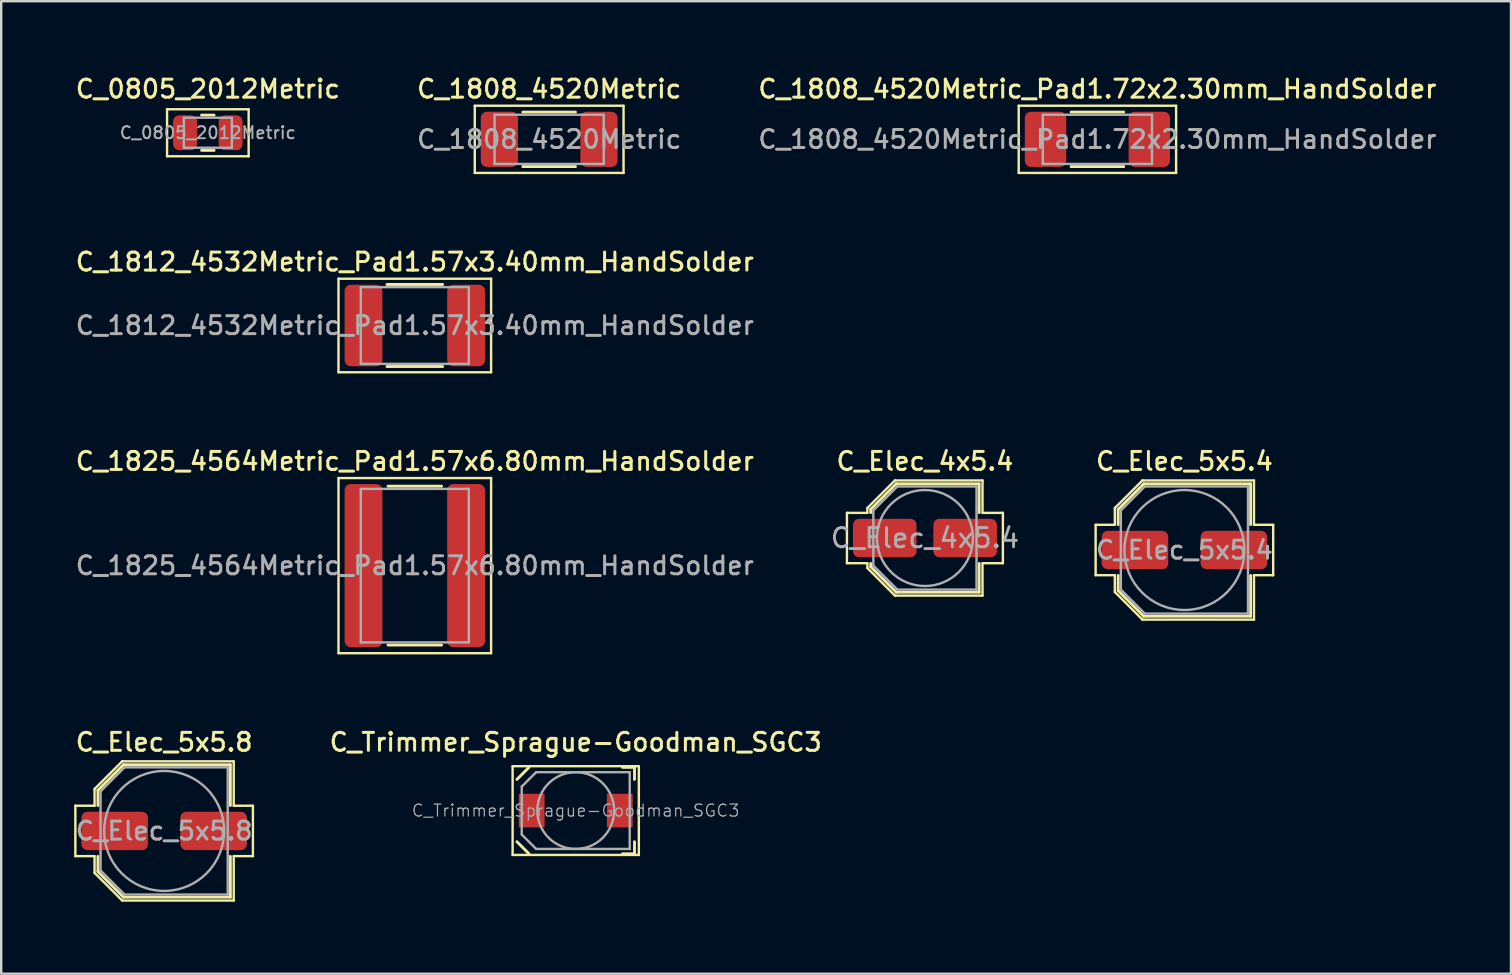
<source format=kicad_pcb>
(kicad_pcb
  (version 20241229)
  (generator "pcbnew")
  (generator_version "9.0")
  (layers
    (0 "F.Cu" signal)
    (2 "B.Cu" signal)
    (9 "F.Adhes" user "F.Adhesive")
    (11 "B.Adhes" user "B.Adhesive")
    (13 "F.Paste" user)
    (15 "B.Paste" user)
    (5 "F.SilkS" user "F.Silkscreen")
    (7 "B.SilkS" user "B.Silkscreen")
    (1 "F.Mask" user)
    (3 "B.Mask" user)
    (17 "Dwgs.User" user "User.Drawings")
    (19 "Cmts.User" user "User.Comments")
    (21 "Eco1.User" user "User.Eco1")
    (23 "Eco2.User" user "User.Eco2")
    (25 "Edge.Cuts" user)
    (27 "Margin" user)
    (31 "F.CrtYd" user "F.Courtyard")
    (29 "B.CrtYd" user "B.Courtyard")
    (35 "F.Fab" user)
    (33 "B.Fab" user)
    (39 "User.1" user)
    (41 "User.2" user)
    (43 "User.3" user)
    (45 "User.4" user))
  (footprint "C_Elec_4x5.4"
    (layer "F.Cu")
    (at 35.499 19.374)
    (property "Reference" "C_Elec_4x5.4" (at 0 -3.2 0) (layer "F.SilkS") (effects (font (size 0.75 0.75) (thickness 0.125))))
    (attr smd)
    (fp_line (start -3.25 -1.05) (end -3.25 1.05) (stroke (width 0.1) (type solid)) (layer "F.SilkS"))
    (fp_line (start -3.25 1.05) (end -2.4 1.05) (stroke (width 0.1) (type solid)) (layer "F.SilkS"))
    (fp_line (start -2.4 -1.25) (end -2.4 -1.05) (stroke (width 0.1) (type solid)) (layer "F.SilkS"))
    (fp_line (start -2.4 -1.25) (end -1.25 -2.4) (stroke (width 0.1) (type solid)) (layer "F.SilkS"))
    (fp_line (start -2.4 -1.05) (end -3.25 -1.05) (stroke (width 0.1) (type solid)) (layer "F.SilkS"))
    (fp_line (start -2.4 1.05) (end -2.4 1.25) (stroke (width 0.1) (type solid)) (layer "F.SilkS"))
    (fp_line (start -2.4 1.25) (end -1.25 2.4) (stroke (width 0.1) (type solid)) (layer "F.SilkS"))
    (fp_line (start -2.26 -1.196) (end -2.26 -1.06) (stroke (width 0.12) (type solid)) (layer "F.SilkS"))
    (fp_line (start -2.26 -1.196) (end -1.196 -2.26) (stroke (width 0.12) (type solid)) (layer "F.SilkS"))
    (fp_line (start -2.26 1.196) (end -2.26 1.06) (stroke (width 0.12) (type solid)) (layer "F.SilkS"))
    (fp_line (start -2.26 1.196) (end -1.196 2.26) (stroke (width 0.12) (type solid)) (layer "F.SilkS"))
    (fp_line (start -1.25 -2.4) (end 2.4 -2.4) (stroke (width 0.1) (type solid)) (layer "F.SilkS"))
    (fp_line (start -1.25 2.4) (end 2.4 2.4) (stroke (width 0.1) (type solid)) (layer "F.SilkS"))
    (fp_line (start -1.196 -2.26) (end 2.26 -2.26) (stroke (width 0.12) (type solid)) (layer "F.SilkS"))
    (fp_line (start -1.196 2.26) (end 2.26 2.26) (stroke (width 0.12) (type solid)) (layer "F.SilkS"))
    (fp_line (start 2.26 -2.26) (end 2.26 -1.06) (stroke (width 0.12) (type solid)) (layer "F.SilkS"))
    (fp_line (start 2.26 2.26) (end 2.26 1.06) (stroke (width 0.12) (type solid)) (layer "F.SilkS"))
    (fp_line (start 2.4 -2.4) (end 2.4 -1.05) (stroke (width 0.1) (type solid)) (layer "F.SilkS"))
    (fp_line (start 2.4 -1.05) (end 3.25 -1.05) (stroke (width 0.1) (type solid)) (layer "F.SilkS"))
    (fp_line (start 2.4 1.05) (end 2.4 2.4) (stroke (width 0.1) (type solid)) (layer "F.SilkS"))
    (fp_line (start 3.25 -1.05) (end 3.25 1.05) (stroke (width 0.1) (type solid)) (layer "F.SilkS"))
    (fp_line (start 3.25 1.05) (end 2.4 1.05) (stroke (width 0.1) (type solid)) (layer "F.SilkS"))
    (fp_line (start -2.15 -1.15) (end -2.15 1.15) (stroke (width 0.1) (type solid)) (layer "F.Fab"))
    (fp_line (start -2.15 -1.15) (end -1.15 -2.15) (stroke (width 0.1) (type solid)) (layer "F.Fab"))
    (fp_line (start -2.15 1.15) (end -1.15 2.15) (stroke (width 0.1) (type solid)) (layer "F.Fab"))
    (fp_line (start -1.15 -2.15) (end 2.15 -2.15) (stroke (width 0.1) (type solid)) (layer "F.Fab"))
    (fp_line (start -1.15 2.15) (end 2.15 2.15) (stroke (width 0.1) (type solid)) (layer "F.Fab"))
    (fp_line (start 2.15 -2.15) (end 2.15 2.15) (stroke (width 0.1) (type solid)) (layer "F.Fab"))
    (fp_circle (center 0 0) (end 2 0) (stroke (width 0.1) (type solid)) (fill no) (layer "F.Fab"))
    (fp_text user "${REFERENCE}" (at 0 0 0) (layer "F.Fab") (effects (font (size 0.8 0.8) (thickness 0.12))))
    (pad "1" smd roundrect (at -1.675 0) (size 2.65 1.6) (layers "F.Cu" "F.Mask" "F.Paste") (roundrect_rratio 0.156))
    (pad "2" smd roundrect (at 1.675 0) (size 2.65 1.6) (layers "F.Cu" "F.Mask" "F.Paste") (roundrect_rratio 0.156)))
  (footprint "C_Trimmer_Sprague-Goodman_SGC3"
    (layer "F.Cu")
    (at 20.945 30.733)
    (property "Reference" "C_Trimmer_Sprague-Goodman_SGC3" (at 0 -2.85 0) (layer "F.SilkS") (effects (font (size 0.75 0.75) (thickness 0.125))))
    (attr smd)
    (fp_line (start -2.63 -1.85) (end -2.63 1.85) (stroke (width 0.1) (type solid)) (layer "F.SilkS"))
    (fp_line (start -2.63 1.85) (end 2.63 1.85) (stroke (width 0.1) (type solid)) (layer "F.SilkS"))
    (fp_line (start -2.45 -1.3) (end -1.95 -1.8) (stroke (width 0.12) (type solid)) (layer "F.SilkS"))
    (fp_line (start -2.45 1.3) (end -1.95 1.8) (stroke (width 0.12) (type solid)) (layer "F.SilkS"))
    (fp_line (start 2.45 -1.8) (end 1.95 -1.8) (stroke (width 0.12) (type solid)) (layer "F.SilkS"))
    (fp_line (start 2.45 -1.8) (end 2.45 -1.3) (stroke (width 0.12) (type solid)) (layer "F.SilkS"))
    (fp_line (start 2.45 1.8) (end 1.95 1.8) (stroke (width 0.12) (type solid)) (layer "F.SilkS"))
    (fp_line (start 2.45 1.8) (end 2.45 1.3) (stroke (width 0.12) (type solid)) (layer "F.SilkS"))
    (fp_line (start 2.63 -1.85) (end -2.63 -1.85) (stroke (width 0.1) (type solid)) (layer "F.SilkS"))
    (fp_line (start 2.63 1.85) (end 2.63 -1.85) (stroke (width 0.1) (type solid)) (layer "F.SilkS"))
    (fp_line (start -2.25 -1) (end -1.95 -1.3) (stroke (width 0.1) (type solid)) (layer "F.Fab"))
    (fp_line (start -2.25 1) (end -2.25 -1) (stroke (width 0.1) (type solid)) (layer "F.Fab"))
    (fp_line (start -1.95 -1.3) (end -1.65 -1.6) (stroke (width 0.1) (type solid)) (layer "F.Fab"))
    (fp_line (start -1.95 1.3) (end -2.25 1) (stroke (width 0.1) (type solid)) (layer "F.Fab"))
    (fp_line (start -1.65 -1.6) (end 2.24 -1.6) (stroke (width 0.1) (type solid)) (layer "F.Fab"))
    (fp_line (start -1.65 1.6) (end -1.95 1.3) (stroke (width 0.1) (type solid)) (layer "F.Fab"))
    (fp_line (start 2.24 -1.6) (end 2.25 -1.6) (stroke (width 0.1) (type solid)) (layer "F.Fab"))
    (fp_line (start 2.24 1.6) (end -1.65 1.6) (stroke (width 0.1) (type solid)) (layer "F.Fab"))
    (fp_line (start 2.25 -1.6) (end 2.25 -1.59) (stroke (width 0.1) (type solid)) (layer "F.Fab"))
    (fp_line (start 2.25 -1.59) (end 2.25 1.59) (stroke (width 0.1) (type solid)) (layer "F.Fab"))
    (fp_line (start 2.25 1.59) (end 2.25 1.6) (stroke (width 0.1) (type solid)) (layer "F.Fab"))
    (fp_line (start 2.25 1.6) (end 2.24 1.6) (stroke (width 0.1) (type solid)) (layer "F.Fab"))
    (fp_circle (center 0 0) (end 1.6 0) (stroke (width 0.1) (type solid)) (fill no) (layer "F.Fab"))
    (fp_text user "${REFERENCE}" (at 0 0 0) (layer "F.Fab") (effects (font (size 0.5 0.5) (thickness 0.05))))
    (pad "1" smd rect (at -1.837 0) (size 1.075 1.4) (layers "F.Cu" "F.Mask" "F.Paste"))
    (pad "2" smd rect (at 1.837 0) (size 1.075 1.4) (layers "F.Cu" "F.Mask" "F.Paste")))
  (footprint "C_1812_4532Metric_Pad1.57x3.40mm_HandSolder"
    (layer "F.Cu")
    (at 14.238 10.516)
    (property "Reference" "C_1812_4532Metric_Pad1.57x3.40mm_HandSolder" (at 0 -2.65 0) (layer "F.SilkS") (effects (font (size 0.75 0.75) (thickness 0.125))))
    (attr smd)
    (fp_line (start -3.18 -1.95) (end 3.18 -1.95) (stroke (width 0.1) (type solid)) (layer "F.SilkS"))
    (fp_line (start -3.18 1.95) (end -3.18 -1.95) (stroke (width 0.1) (type solid)) (layer "F.SilkS"))
    (fp_line (start -1.161 -1.71) (end 1.161 -1.71) (stroke (width 0.12) (type solid)) (layer "F.SilkS"))
    (fp_line (start -1.161 1.71) (end 1.161 1.71) (stroke (width 0.12) (type solid)) (layer "F.SilkS"))
    (fp_line (start 3.18 -1.95) (end 3.18 1.95) (stroke (width 0.1) (type solid)) (layer "F.SilkS"))
    (fp_line (start 3.18 1.95) (end -3.18 1.95) (stroke (width 0.1) (type solid)) (layer "F.SilkS"))
    (fp_line (start -2.25 -1.6) (end 2.25 -1.6) (stroke (width 0.1) (type solid)) (layer "F.Fab"))
    (fp_line (start -2.25 1.6) (end -2.25 -1.6) (stroke (width 0.1) (type solid)) (layer "F.Fab"))
    (fp_line (start 2.25 -1.6) (end 2.25 1.6) (stroke (width 0.1) (type solid)) (layer "F.Fab"))
    (fp_line (start 2.25 1.6) (end -2.25 1.6) (stroke (width 0.1) (type solid)) (layer "F.Fab"))
    (fp_text user "${REFERENCE}" (at 0 0 0) (layer "F.Fab") (effects (font (size 0.75 0.75) (thickness 0.125))))
    (pad "1" smd roundrect (at -2.138 0) (size 1.575 3.4) (layers "F.Cu" "F.Mask" "F.Paste") (roundrect_rratio 0.159))
    (pad "2" smd roundrect (at 2.138 0) (size 1.575 3.4) (layers "F.Cu" "F.Mask" "F.Paste") (roundrect_rratio 0.159)))
  (footprint "C_1825_4564Metric_Pad1.57x6.80mm_HandSolder"
    (layer "F.Cu")
    (at 14.238 20.524)
    (property "Reference" "C_1825_4564Metric_Pad1.57x6.80mm_HandSolder" (at 0 -4.35 0) (layer "F.SilkS") (effects (font (size 0.75 0.75) (thickness 0.125))))
    (attr smd)
    (fp_line (start -3.18 -3.65) (end 3.18 -3.65) (stroke (width 0.1) (type solid)) (layer "F.SilkS"))
    (fp_line (start -3.18 3.65) (end -3.18 -3.65) (stroke (width 0.1) (type solid)) (layer "F.SilkS"))
    (fp_line (start -1.116 -3.31) (end 1.116 -3.31) (stroke (width 0.12) (type solid)) (layer "F.SilkS"))
    (fp_line (start -1.116 3.31) (end 1.116 3.31) (stroke (width 0.12) (type solid)) (layer "F.SilkS"))
    (fp_line (start 3.18 -3.65) (end 3.18 3.65) (stroke (width 0.1) (type solid)) (layer "F.SilkS"))
    (fp_line (start 3.18 3.65) (end -3.18 3.65) (stroke (width 0.1) (type solid)) (layer "F.SilkS"))
    (fp_line (start -2.25 -3.2) (end 2.25 -3.2) (stroke (width 0.1) (type solid)) (layer "F.Fab"))
    (fp_line (start -2.25 3.2) (end -2.25 -3.2) (stroke (width 0.1) (type solid)) (layer "F.Fab"))
    (fp_line (start 2.25 -3.2) (end 2.25 3.2) (stroke (width 0.1) (type solid)) (layer "F.Fab"))
    (fp_line (start 2.25 3.2) (end -2.25 3.2) (stroke (width 0.1) (type solid)) (layer "F.Fab"))
    (fp_text user "${REFERENCE}" (at 0 0 0) (layer "F.Fab") (effects (font (size 0.75 0.75) (thickness 0.125))))
    (pad "1" smd roundrect (at -2.138 0) (size 1.575 6.8) (layers "F.Cu" "F.Mask" "F.Paste") (roundrect_rratio 0.159))
    (pad "2" smd roundrect (at 2.138 0) (size 1.575 6.8) (layers "F.Cu" "F.Mask" "F.Paste") (roundrect_rratio 0.159)))
  (footprint "C_Elec_5x5.4"
    (layer "F.Cu")
    (at 46.314 19.874)
    (property "Reference" "C_Elec_5x5.4" (at 0 -3.7 0) (layer "F.SilkS") (effects (font (size 0.75 0.75) (thickness 0.125))))
    (attr smd)
    (fp_line (start -3.7 -1.05) (end -3.7 1.05) (stroke (width 0.1) (type solid)) (layer "F.SilkS"))
    (fp_line (start -3.7 1.05) (end -2.9 1.05) (stroke (width 0.1) (type solid)) (layer "F.SilkS"))
    (fp_line (start -2.9 -1.75) (end -2.9 -1.05) (stroke (width 0.1) (type solid)) (layer "F.SilkS"))
    (fp_line (start -2.9 -1.75) (end -1.75 -2.9) (stroke (width 0.1) (type solid)) (layer "F.SilkS"))
    (fp_line (start -2.9 -1.05) (end -3.7 -1.05) (stroke (width 0.1) (type solid)) (layer "F.SilkS"))
    (fp_line (start -2.9 1.05) (end -2.9 1.75) (stroke (width 0.1) (type solid)) (layer "F.SilkS"))
    (fp_line (start -2.9 1.75) (end -1.75 2.9) (stroke (width 0.1) (type solid)) (layer "F.SilkS"))
    (fp_line (start -2.76 -1.696) (end -2.76 -1.06) (stroke (width 0.12) (type solid)) (layer "F.SilkS"))
    (fp_line (start -2.76 -1.696) (end -1.696 -2.76) (stroke (width 0.12) (type solid)) (layer "F.SilkS"))
    (fp_line (start -2.76 1.696) (end -2.76 1.06) (stroke (width 0.12) (type solid)) (layer "F.SilkS"))
    (fp_line (start -2.76 1.696) (end -1.696 2.76) (stroke (width 0.12) (type solid)) (layer "F.SilkS"))
    (fp_line (start -1.75 -2.9) (end 2.9 -2.9) (stroke (width 0.1) (type solid)) (layer "F.SilkS"))
    (fp_line (start -1.75 2.9) (end 2.9 2.9) (stroke (width 0.1) (type solid)) (layer "F.SilkS"))
    (fp_line (start -1.696 -2.76) (end 2.76 -2.76) (stroke (width 0.12) (type solid)) (layer "F.SilkS"))
    (fp_line (start -1.696 2.76) (end 2.76 2.76) (stroke (width 0.12) (type solid)) (layer "F.SilkS"))
    (fp_line (start 2.76 -2.76) (end 2.76 -1.06) (stroke (width 0.12) (type solid)) (layer "F.SilkS"))
    (fp_line (start 2.76 2.76) (end 2.76 1.06) (stroke (width 0.12) (type solid)) (layer "F.SilkS"))
    (fp_line (start 2.9 -2.9) (end 2.9 -1.05) (stroke (width 0.1) (type solid)) (layer "F.SilkS"))
    (fp_line (start 2.9 -1.05) (end 3.7 -1.05) (stroke (width 0.1) (type solid)) (layer "F.SilkS"))
    (fp_line (start 2.9 1.05) (end 2.9 2.9) (stroke (width 0.1) (type solid)) (layer "F.SilkS"))
    (fp_line (start 3.7 -1.05) (end 3.7 1.05) (stroke (width 0.1) (type solid)) (layer "F.SilkS"))
    (fp_line (start 3.7 1.05) (end 2.9 1.05) (stroke (width 0.1) (type solid)) (layer "F.SilkS"))
    (fp_line (start -2.65 -1.65) (end -2.65 1.65) (stroke (width 0.1) (type solid)) (layer "F.Fab"))
    (fp_line (start -2.65 -1.65) (end -1.65 -2.65) (stroke (width 0.1) (type solid)) (layer "F.Fab"))
    (fp_line (start -2.65 1.65) (end -1.65 2.65) (stroke (width 0.1) (type solid)) (layer "F.Fab"))
    (fp_line (start -1.65 -2.65) (end 2.65 -2.65) (stroke (width 0.1) (type solid)) (layer "F.Fab"))
    (fp_line (start -1.65 2.65) (end 2.65 2.65) (stroke (width 0.1) (type solid)) (layer "F.Fab"))
    (fp_line (start 2.65 -2.65) (end 2.65 2.65) (stroke (width 0.1) (type solid)) (layer "F.Fab"))
    (fp_circle (center 0 0) (end 2.5 0) (stroke (width 0.1) (type solid)) (fill no) (layer "F.Fab"))
    (fp_text user "${REFERENCE}" (at 0 0 0) (layer "F.Fab") (effects (font (size 0.75 0.75) (thickness 0.125))))
    (pad "1" smd roundrect (at -2.062 0) (size 2.775 1.6) (layers "F.Cu" "F.Mask" "F.Paste") (roundrect_rratio 0.156))
    (pad "2" smd roundrect (at 2.062 0) (size 2.775 1.6) (layers "F.Cu" "F.Mask" "F.Paste") (roundrect_rratio 0.156)))
  (footprint "C_1808_4520Metric_Pad1.72x2.30mm_HandSolder"
    (layer "F.Cu")
    (at 42.688 2.758)
    (property "Reference" "C_1808_4520Metric_Pad1.72x2.30mm_HandSolder" (at 0 -2.1 0) (layer "F.SilkS") (effects (font (size 0.75 0.75) (thickness 0.125))))
    (attr smd)
    (fp_line (start -3.28 -1.4) (end 3.28 -1.4) (stroke (width 0.1) (type solid)) (layer "F.SilkS"))
    (fp_line (start -3.28 1.4) (end -3.28 -1.4) (stroke (width 0.1) (type solid)) (layer "F.SilkS"))
    (fp_line (start -1.097 -1.135) (end 1.097 -1.135) (stroke (width 0.12) (type solid)) (layer "F.SilkS"))
    (fp_line (start -1.097 1.135) (end 1.097 1.135) (stroke (width 0.12) (type solid)) (layer "F.SilkS"))
    (fp_line (start 3.28 -1.4) (end 3.28 1.4) (stroke (width 0.1) (type solid)) (layer "F.SilkS"))
    (fp_line (start 3.28 1.4) (end -3.28 1.4) (stroke (width 0.1) (type solid)) (layer "F.SilkS"))
    (fp_line (start -2.275 -1.025) (end 2.275 -1.025) (stroke (width 0.1) (type solid)) (layer "F.Fab"))
    (fp_line (start -2.275 1.025) (end -2.275 -1.025) (stroke (width 0.1) (type solid)) (layer "F.Fab"))
    (fp_line (start 2.275 -1.025) (end 2.275 1.025) (stroke (width 0.1) (type solid)) (layer "F.Fab"))
    (fp_line (start 2.275 1.025) (end -2.275 1.025) (stroke (width 0.1) (type solid)) (layer "F.Fab"))
    (fp_text user "${REFERENCE}" (at 0 0 0) (layer "F.Fab") (effects (font (size 0.75 0.75) (thickness 0.125))))
    (pad "1" smd roundrect (at -2.163 0) (size 1.725 2.3) (layers "F.Cu" "F.Mask" "F.Paste") (roundrect_rratio 0.145))
    (pad "2" smd roundrect (at 2.163 0) (size 1.725 2.3) (layers "F.Cu" "F.Mask" "F.Paste") (roundrect_rratio 0.145)))
  (footprint "C_1808_4520Metric"
    (layer "F.Cu")
    (at 19.838 2.758)
    (property "Reference" "C_1808_4520Metric" (at 0 -2.1 0) (layer "F.SilkS") (effects (font (size 0.75 0.75) (thickness 0.125))))
    (attr smd)
    (fp_line (start -3.1 -1.4) (end 3.1 -1.4) (stroke (width 0.1) (type solid)) (layer "F.SilkS"))
    (fp_line (start -3.1 1.4) (end -3.1 -1.4) (stroke (width 0.1) (type solid)) (layer "F.SilkS"))
    (fp_line (start -1.097 -1.135) (end 1.097 -1.135) (stroke (width 0.12) (type solid)) (layer "F.SilkS"))
    (fp_line (start -1.097 1.135) (end 1.097 1.135) (stroke (width 0.12) (type solid)) (layer "F.SilkS"))
    (fp_line (start 3.1 -1.4) (end 3.1 1.4) (stroke (width 0.1) (type solid)) (layer "F.SilkS"))
    (fp_line (start 3.1 1.4) (end -3.1 1.4) (stroke (width 0.1) (type solid)) (layer "F.SilkS"))
    (fp_line (start -2.275 -1.025) (end 2.275 -1.025) (stroke (width 0.1) (type solid)) (layer "F.Fab"))
    (fp_line (start -2.275 1.025) (end -2.275 -1.025) (stroke (width 0.1) (type solid)) (layer "F.Fab"))
    (fp_line (start 2.275 -1.025) (end 2.275 1.025) (stroke (width 0.1) (type solid)) (layer "F.Fab"))
    (fp_line (start 2.275 1.025) (end -2.275 1.025) (stroke (width 0.1) (type solid)) (layer "F.Fab"))
    (fp_text user "${REFERENCE}" (at 0 0 0) (layer "F.Fab") (effects (font (size 0.75 0.75) (thickness 0.125))))
    (pad "1" smd roundrect (at -2.075 0) (size 1.55 2.3) (layers "F.Cu" "F.Mask" "F.Paste") (roundrect_rratio 0.161))
    (pad "2" smd roundrect (at 2.075 0) (size 1.55 2.3) (layers "F.Cu" "F.Mask" "F.Paste") (roundrect_rratio 0.161)))
  (footprint "C_Elec_5x5.8"
    (layer "F.Cu")
    (at 3.791 31.582)
    (property "Reference" "C_Elec_5x5.8" (at 0 -3.7 0) (layer "F.SilkS") (effects (font (size 0.75 0.75) (thickness 0.125))))
    (attr smd)
    (fp_line (start -3.7 -1.05) (end -3.7 1.05) (stroke (width 0.1) (type solid)) (layer "F.SilkS"))
    (fp_line (start -3.7 1.05) (end -2.9 1.05) (stroke (width 0.1) (type solid)) (layer "F.SilkS"))
    (fp_line (start -2.9 -1.75) (end -2.9 -1.05) (stroke (width 0.1) (type solid)) (layer "F.SilkS"))
    (fp_line (start -2.9 -1.75) (end -1.75 -2.9) (stroke (width 0.1) (type solid)) (layer "F.SilkS"))
    (fp_line (start -2.9 -1.05) (end -3.7 -1.05) (stroke (width 0.1) (type solid)) (layer "F.SilkS"))
    (fp_line (start -2.9 1.05) (end -2.9 1.75) (stroke (width 0.1) (type solid)) (layer "F.SilkS"))
    (fp_line (start -2.9 1.75) (end -1.75 2.9) (stroke (width 0.1) (type solid)) (layer "F.SilkS"))
    (fp_line (start -2.76 -1.696) (end -2.76 -1.06) (stroke (width 0.12) (type solid)) (layer "F.SilkS"))
    (fp_line (start -2.76 -1.696) (end -1.696 -2.76) (stroke (width 0.12) (type solid)) (layer "F.SilkS"))
    (fp_line (start -2.76 1.696) (end -2.76 1.06) (stroke (width 0.12) (type solid)) (layer "F.SilkS"))
    (fp_line (start -2.76 1.696) (end -1.696 2.76) (stroke (width 0.12) (type solid)) (layer "F.SilkS"))
    (fp_line (start -1.75 -2.9) (end 2.9 -2.9) (stroke (width 0.1) (type solid)) (layer "F.SilkS"))
    (fp_line (start -1.75 2.9) (end 2.9 2.9) (stroke (width 0.1) (type solid)) (layer "F.SilkS"))
    (fp_line (start -1.696 -2.76) (end 2.76 -2.76) (stroke (width 0.12) (type solid)) (layer "F.SilkS"))
    (fp_line (start -1.696 2.76) (end 2.76 2.76) (stroke (width 0.12) (type solid)) (layer "F.SilkS"))
    (fp_line (start 2.76 -2.76) (end 2.76 -1.06) (stroke (width 0.12) (type solid)) (layer "F.SilkS"))
    (fp_line (start 2.76 2.76) (end 2.76 1.06) (stroke (width 0.12) (type solid)) (layer "F.SilkS"))
    (fp_line (start 2.9 -2.9) (end 2.9 -1.05) (stroke (width 0.1) (type solid)) (layer "F.SilkS"))
    (fp_line (start 2.9 -1.05) (end 3.7 -1.05) (stroke (width 0.1) (type solid)) (layer "F.SilkS"))
    (fp_line (start 2.9 1.05) (end 2.9 2.9) (stroke (width 0.1) (type solid)) (layer "F.SilkS"))
    (fp_line (start 3.7 -1.05) (end 3.7 1.05) (stroke (width 0.1) (type solid)) (layer "F.SilkS"))
    (fp_line (start 3.7 1.05) (end 2.9 1.05) (stroke (width 0.1) (type solid)) (layer "F.SilkS"))
    (fp_line (start -2.65 -1.65) (end -2.65 1.65) (stroke (width 0.1) (type solid)) (layer "F.Fab"))
    (fp_line (start -2.65 -1.65) (end -1.65 -2.65) (stroke (width 0.1) (type solid)) (layer "F.Fab"))
    (fp_line (start -2.65 1.65) (end -1.65 2.65) (stroke (width 0.1) (type solid)) (layer "F.Fab"))
    (fp_line (start -1.65 -2.65) (end 2.65 -2.65) (stroke (width 0.1) (type solid)) (layer "F.Fab"))
    (fp_line (start -1.65 2.65) (end 2.65 2.65) (stroke (width 0.1) (type solid)) (layer "F.Fab"))
    (fp_line (start 2.65 -2.65) (end 2.65 2.65) (stroke (width 0.1) (type solid)) (layer "F.Fab"))
    (fp_circle (center 0 0) (end 2.5 0) (stroke (width 0.1) (type solid)) (fill no) (layer "F.Fab"))
    (fp_text user "${REFERENCE}" (at 0 0 0) (layer "F.Fab") (effects (font (size 0.75 0.75) (thickness 0.125))))
    (pad "1" smd roundrect (at -2.062 0) (size 2.775 1.6) (layers "F.Cu" "F.Mask" "F.Paste") (roundrect_rratio 0.156))
    (pad "2" smd roundrect (at 2.062 0) (size 2.775 1.6) (layers "F.Cu" "F.Mask" "F.Paste") (roundrect_rratio 0.156)))
  (footprint "C_0805_2012Metric"
    (layer "F.Cu")
    (at 5.613 2.483)
    (property "Reference" "C_0805_2012Metric" (at 0 -1.825 0) (layer "F.SilkS") (effects (font (size 0.75 0.75) (thickness 0.125))))
    (attr smd)
    (fp_line (start -1.7 -0.98) (end 1.7 -0.98) (stroke (width 0.1) (type solid)) (layer "F.SilkS"))
    (fp_line (start -1.7 0.98) (end -1.7 -0.98) (stroke (width 0.1) (type solid)) (layer "F.SilkS"))
    (fp_line (start -0.261 -0.735) (end 0.261 -0.735) (stroke (width 0.12) (type solid)) (layer "F.SilkS"))
    (fp_line (start -0.261 0.735) (end 0.261 0.735) (stroke (width 0.12) (type solid)) (layer "F.SilkS"))
    (fp_line (start 1.7 -0.98) (end 1.7 0.98) (stroke (width 0.1) (type solid)) (layer "F.SilkS"))
    (fp_line (start 1.7 0.98) (end -1.7 0.98) (stroke (width 0.1) (type solid)) (layer "F.SilkS"))
    (fp_line (start -1 -0.625) (end 1 -0.625) (stroke (width 0.1) (type solid)) (layer "F.Fab"))
    (fp_line (start -1 0.625) (end -1 -0.625) (stroke (width 0.1) (type solid)) (layer "F.Fab"))
    (fp_line (start 1 -0.625) (end 1 0.625) (stroke (width 0.1) (type solid)) (layer "F.Fab"))
    (fp_line (start 1 0.625) (end -1 0.625) (stroke (width 0.1) (type solid)) (layer "F.Fab"))
    (fp_text user "${REFERENCE}" (at 0 0 0) (layer "F.Fab") (effects (font (size 0.5 0.5) (thickness 0.08))))
    (pad "1" smd roundrect (at -0.95 0) (size 1 1.45) (layers "F.Cu" "F.Mask" "F.Paste") (roundrect_rratio 0.25))
    (pad "2" smd roundrect (at 0.95 0) (size 1 1.45) (layers "F.Cu" "F.Mask" "F.Paste") (roundrect_rratio 0.25)))
  (gr_rect
    (start -3 -3)
    (end 59.925 37.532)
    (stroke (width 0.1) (type default))
    (fill no)
    (layer "Edge.Cuts")))
</source>
